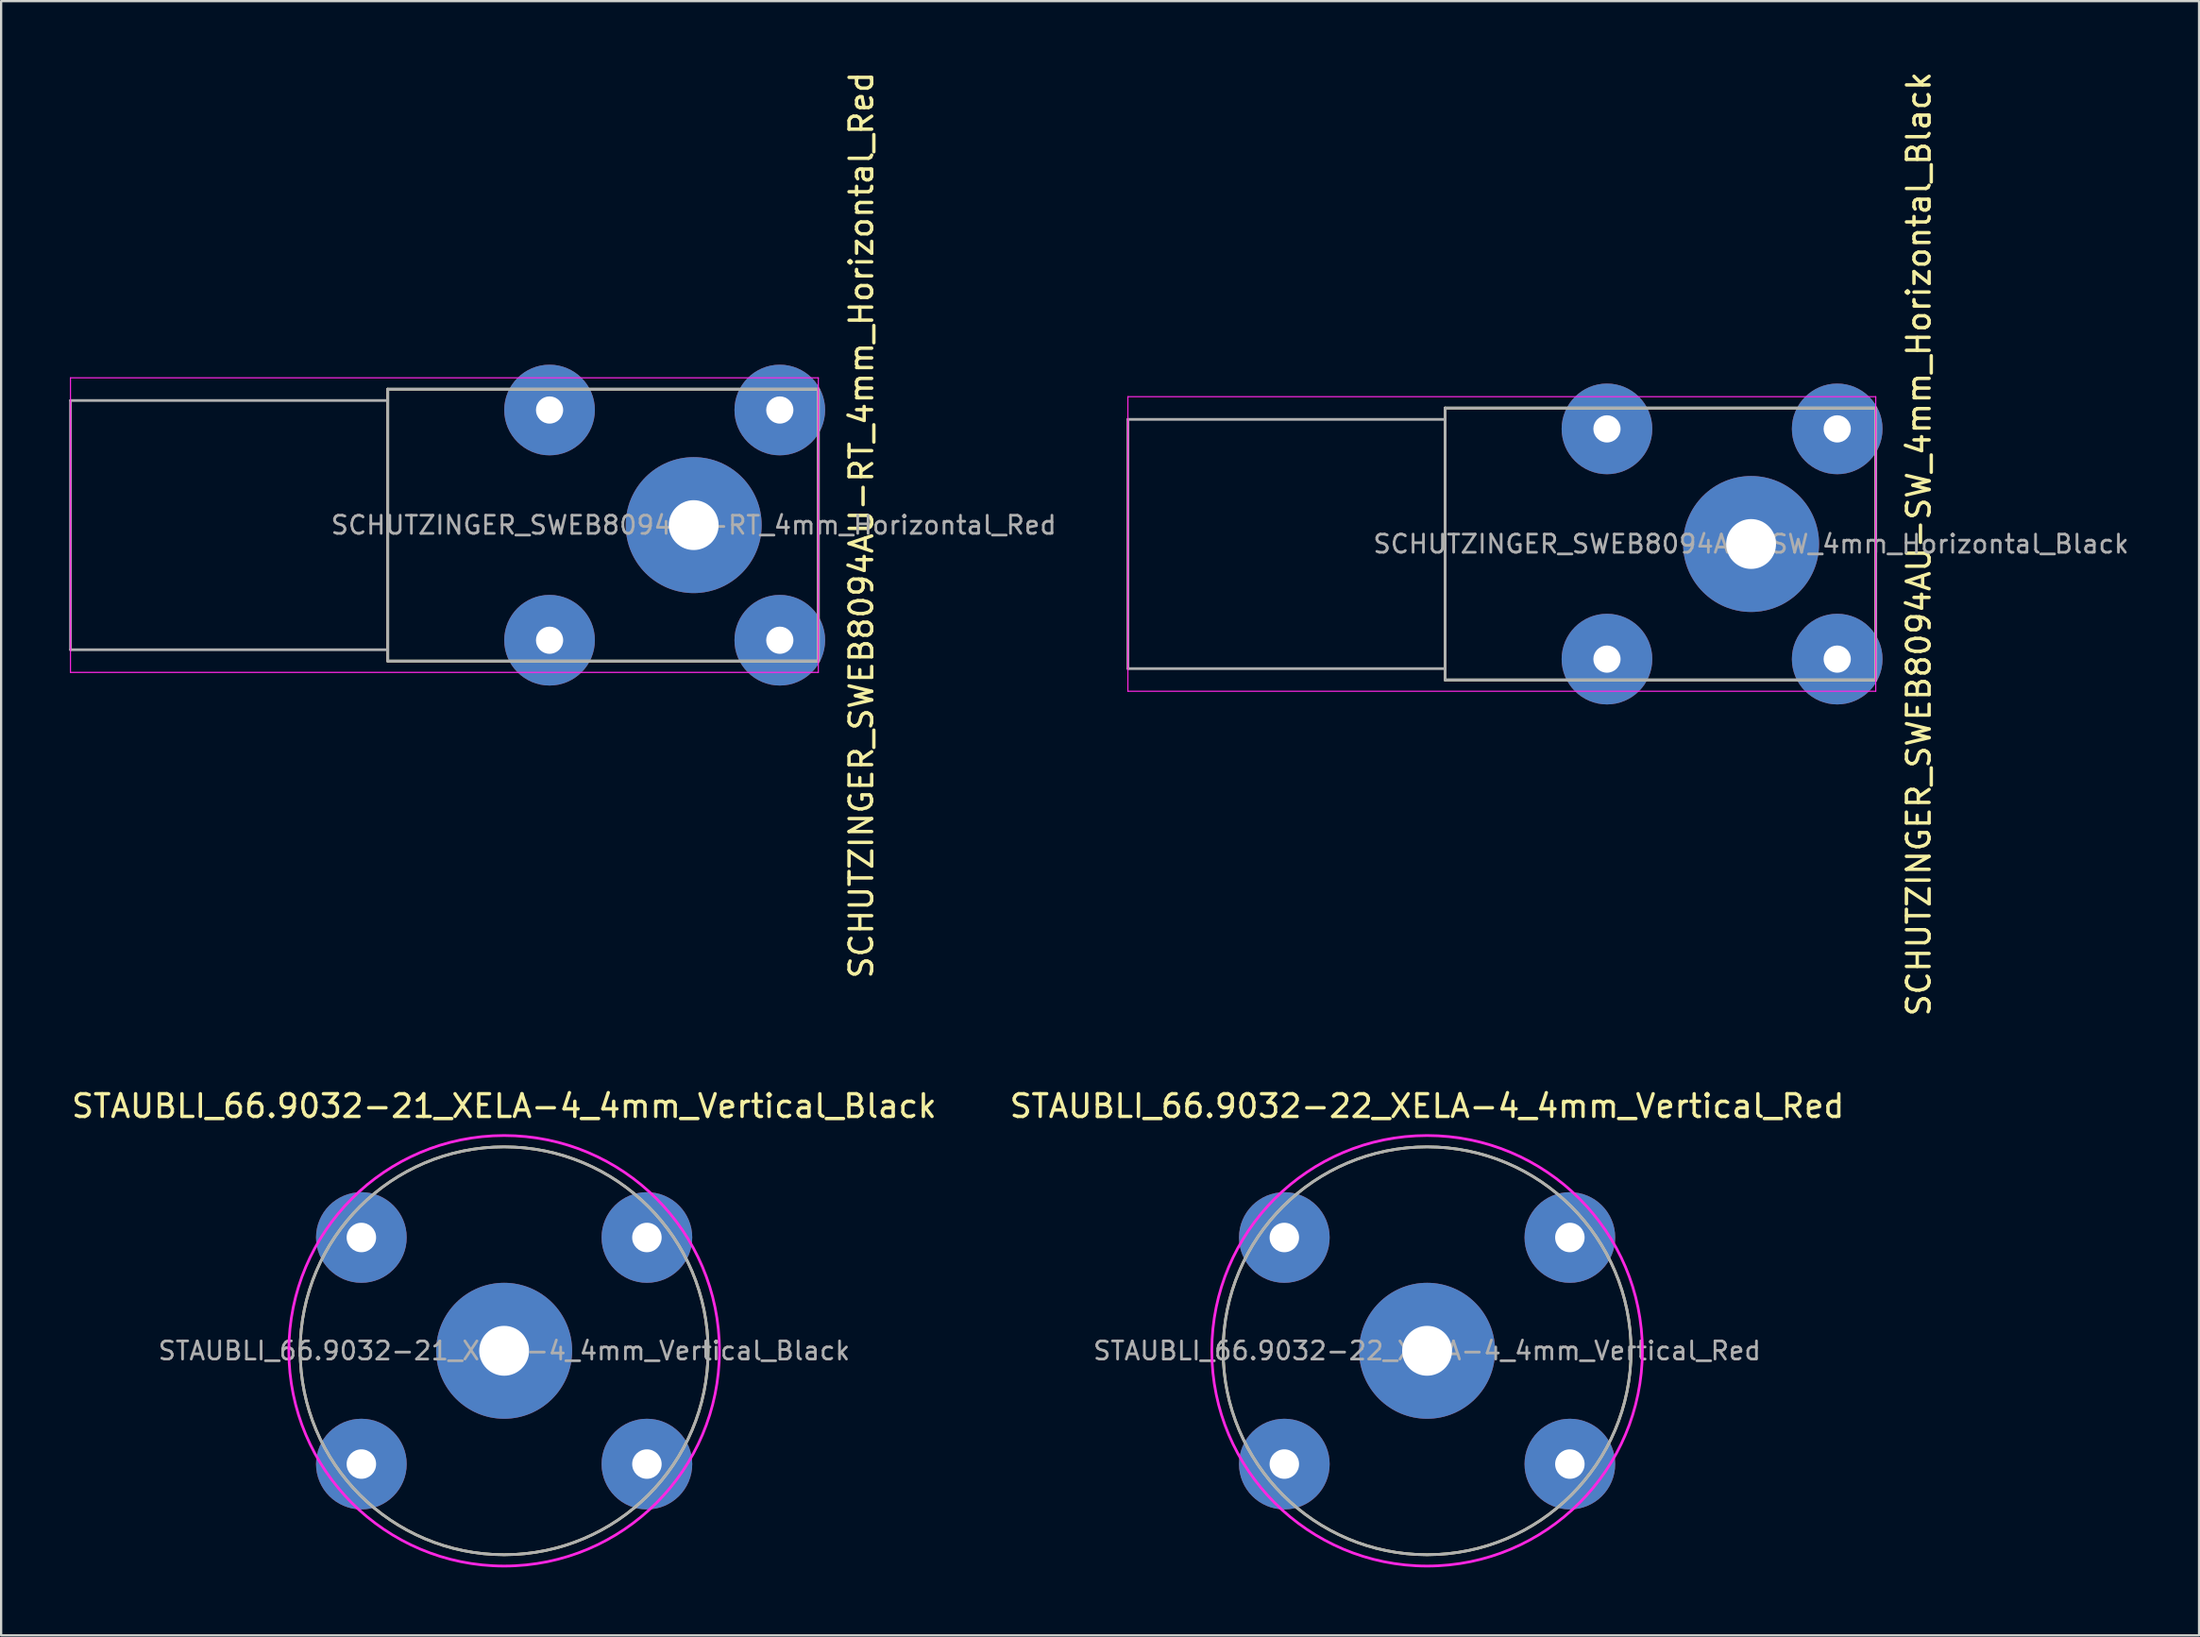
<source format=kicad_pcb>
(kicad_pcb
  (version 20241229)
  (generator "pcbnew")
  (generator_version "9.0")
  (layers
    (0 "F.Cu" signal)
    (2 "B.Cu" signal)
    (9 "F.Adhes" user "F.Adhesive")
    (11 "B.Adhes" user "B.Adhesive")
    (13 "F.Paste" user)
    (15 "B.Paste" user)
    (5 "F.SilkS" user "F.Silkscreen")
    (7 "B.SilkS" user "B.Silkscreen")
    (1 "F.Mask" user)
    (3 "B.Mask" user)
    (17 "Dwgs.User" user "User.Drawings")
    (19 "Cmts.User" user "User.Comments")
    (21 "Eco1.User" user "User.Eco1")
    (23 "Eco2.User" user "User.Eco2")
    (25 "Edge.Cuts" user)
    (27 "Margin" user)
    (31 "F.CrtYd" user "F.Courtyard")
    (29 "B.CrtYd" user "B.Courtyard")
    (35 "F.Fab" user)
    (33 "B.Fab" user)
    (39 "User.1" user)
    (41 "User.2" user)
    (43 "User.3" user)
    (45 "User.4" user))
  (footprint "STAUBLI_66.9032-22_XELA-4_4mm_Vertical_Red"
    (layer "F.Cu")
    (at 59.923 56.565)
    (property "Reference" "STAUBLI_66.9032-22_XELA-4_4mm_Vertical_Red" (at 0 -10.8 180) (layer "F.SilkS") (effects (font (size 1 1) (thickness 0.15))))
    (attr through_hole)
    (fp_circle (center 0 0) (end 9 0) (stroke (width 0.12) (type solid)) (fill no) (layer "F.SilkS"))
    (fp_circle (center 0 0) (end 9.5 0) (stroke (width 0.12) (type solid)) (fill no) (layer "F.CrtYd"))
    (fp_circle (center 0 0) (end 9 0) (stroke (width 0.12) (type solid)) (fill no) (layer "F.Fab"))
    (fp_text user "${REFERENCE}" (at 0 0 0) (layer "F.Fab") (effects (font (size 0.8 0.8) (thickness 0.12))))
    (pad "1" thru_hole circle (at 0 0) (size 6 6) (drill 2.2) (layers "*.Cu" "*.Mask"))
    (pad "2" thru_hole circle (at -6.3 -5) (size 4 4) (drill 1.3) (layers "*.Cu" "*.Mask"))
    (pad "2" thru_hole circle (at -6.3 5) (size 4 4) (drill 1.3) (layers "*.Cu" "*.Mask"))
    (pad "2" thru_hole circle (at 6.3 -5) (size 4 4) (drill 1.3) (layers "*.Cu" "*.Mask"))
    (pad "2" thru_hole circle (at 6.3 5) (size 4 4) (drill 1.3) (layers "*.Cu" "*.Mask")))
  (footprint "SCHUTZINGER_SWEB8094AU-RT_4mm_Horizontal_Red"
    (layer "F.Cu")
    (at 27.56 20.125)
    (property "Reference" "SCHUTZINGER_SWEB8094AU-RT_4mm_Horizontal_Red" (at 7.4 0 90) (layer "F.SilkS") (effects (font (size 1 1) (thickness 0.15))))
    (attr through_hole)
    (fp_line (start -13.5 -6) (end 5.5 -6) (stroke (width 0.12) (type solid)) (layer "F.SilkS"))
    (fp_line (start -13.5 6) (end -13.5 -6) (stroke (width 0.12) (type solid)) (layer "F.SilkS"))
    (fp_line (start -13.5 6) (end 5.5 6) (stroke (width 0.12) (type solid)) (layer "F.SilkS"))
    (fp_line (start 5.5 6) (end 5.5 -6) (stroke (width 0.12) (type solid)) (layer "F.SilkS"))
    (fp_line (start -27.5 -6.5) (end 5.5 -6.5) (stroke (width 0.05) (type solid)) (layer "F.CrtYd"))
    (fp_line (start -27.5 6.5) (end -27.5 -6.5) (stroke (width 0.05) (type solid)) (layer "F.CrtYd"))
    (fp_line (start -27.5 6.5) (end 5.5 6.5) (stroke (width 0.05) (type solid)) (layer "F.CrtYd"))
    (fp_line (start 5.5 6.5) (end 5.5 -6.5) (stroke (width 0.05) (type solid)) (layer "F.CrtYd"))
    (fp_line (start -27.5 -5.5) (end -13.5 -5.5) (stroke (width 0.12) (type solid)) (layer "F.Fab"))
    (fp_line (start -27.5 5.5) (end -27.5 -5.5) (stroke (width 0.12) (type solid)) (layer "F.Fab"))
    (fp_line (start -27.5 5.5) (end -13.5 5.5) (stroke (width 0.12) (type solid)) (layer "F.Fab"))
    (fp_line (start -13.5 -6) (end 5.5 -6) (stroke (width 0.12) (type solid)) (layer "F.Fab"))
    (fp_line (start -13.5 6) (end -13.5 -6) (stroke (width 0.12) (type solid)) (layer "F.Fab"))
    (fp_line (start -13.5 6) (end 5.5 6) (stroke (width 0.12) (type solid)) (layer "F.Fab"))
    (fp_line (start 5.5 6) (end 5.5 -6) (stroke (width 0.12) (type solid)) (layer "F.Fab"))
    (fp_text user "${REFERENCE}" (at 0 0 0) (layer "F.Fab") (effects (font (size 0.8 0.8) (thickness 0.12))))
    (pad "1" thru_hole circle (at 0 0) (size 6 6) (drill 2.2) (layers "*.Cu" "*.Mask"))
    (pad "2" thru_hole circle (at -6.36 -5.08) (size 4 4) (drill 1.2) (layers "*.Cu" "*.Mask"))
    (pad "2" thru_hole circle (at -6.36 5.08) (size 4 4) (drill 1.2) (layers "*.Cu" "*.Mask"))
    (pad "2" thru_hole circle (at 3.8 -5.08) (size 4 4) (drill 1.2) (layers "*.Cu" "*.Mask"))
    (pad "2" thru_hole circle (at 3.8 5.08) (size 4 4) (drill 1.2) (layers "*.Cu" "*.Mask")))
  (footprint "SCHUTZINGER_SWEB8094AU-SW_4mm_Horizontal_Black"
    (layer "F.Cu")
    (at 74.22 20.958)
    (property "Reference" "SCHUTZINGER_SWEB8094AU-SW_4mm_Horizontal_Black" (at 7.4 0 90) (layer "F.SilkS") (effects (font (size 1 1) (thickness 0.15))))
    (attr through_hole)
    (fp_line (start -13.5 -6) (end 5.5 -6) (stroke (width 0.12) (type solid)) (layer "F.SilkS"))
    (fp_line (start -13.5 6) (end -13.5 -6) (stroke (width 0.12) (type solid)) (layer "F.SilkS"))
    (fp_line (start -13.5 6) (end 5.5 6) (stroke (width 0.12) (type solid)) (layer "F.SilkS"))
    (fp_line (start 5.5 6) (end 5.5 -6) (stroke (width 0.12) (type solid)) (layer "F.SilkS"))
    (fp_line (start -27.5 -6.5) (end 5.5 -6.5) (stroke (width 0.05) (type solid)) (layer "F.CrtYd"))
    (fp_line (start -27.5 6.5) (end -27.5 -6.5) (stroke (width 0.05) (type solid)) (layer "F.CrtYd"))
    (fp_line (start -27.5 6.5) (end 5.5 6.5) (stroke (width 0.05) (type solid)) (layer "F.CrtYd"))
    (fp_line (start 5.5 6.5) (end 5.5 -6.5) (stroke (width 0.05) (type solid)) (layer "F.CrtYd"))
    (fp_line (start -27.5 -5.5) (end -13.5 -5.5) (stroke (width 0.12) (type solid)) (layer "F.Fab"))
    (fp_line (start -27.5 5.5) (end -27.5 -5.5) (stroke (width 0.12) (type solid)) (layer "F.Fab"))
    (fp_line (start -27.5 5.5) (end -13.5 5.5) (stroke (width 0.12) (type solid)) (layer "F.Fab"))
    (fp_line (start -13.5 -6) (end 5.5 -6) (stroke (width 0.12) (type solid)) (layer "F.Fab"))
    (fp_line (start -13.5 6) (end -13.5 -6) (stroke (width 0.12) (type solid)) (layer "F.Fab"))
    (fp_line (start -13.5 6) (end 5.5 6) (stroke (width 0.12) (type solid)) (layer "F.Fab"))
    (fp_line (start 5.5 6) (end 5.5 -6) (stroke (width 0.12) (type solid)) (layer "F.Fab"))
    (fp_text user "${REFERENCE}" (at 0 0 0) (layer "F.Fab") (effects (font (size 0.8 0.8) (thickness 0.12))))
    (pad "1" thru_hole circle (at 0 0) (size 6 6) (drill 2.2) (layers "*.Cu" "*.Mask"))
    (pad "2" thru_hole circle (at -6.36 -5.08) (size 4 4) (drill 1.2) (layers "*.Cu" "*.Mask"))
    (pad "2" thru_hole circle (at -6.36 5.08) (size 4 4) (drill 1.2) (layers "*.Cu" "*.Mask"))
    (pad "2" thru_hole circle (at 3.8 -5.08) (size 4 4) (drill 1.2) (layers "*.Cu" "*.Mask"))
    (pad "2" thru_hole circle (at 3.8 5.08) (size 4 4) (drill 1.2) (layers "*.Cu" "*.Mask")))
  (footprint "STAUBLI_66.9032-21_XELA-4_4mm_Vertical_Black"
    (layer "F.Cu")
    (at 19.196 56.565)
    (property "Reference" "STAUBLI_66.9032-21_XELA-4_4mm_Vertical_Black" (at 0 -10.8 180) (layer "F.SilkS") (effects (font (size 1 1) (thickness 0.15))))
    (attr through_hole)
    (fp_circle (center 0 0) (end 9 0) (stroke (width 0.12) (type solid)) (fill no) (layer "F.SilkS"))
    (fp_circle (center 0 0) (end 9.5 0) (stroke (width 0.12) (type solid)) (fill no) (layer "F.CrtYd"))
    (fp_circle (center 0 0) (end 9 0) (stroke (width 0.12) (type solid)) (fill no) (layer "F.Fab"))
    (fp_text user "${REFERENCE}" (at 0 0 0) (layer "F.Fab") (effects (font (size 0.8 0.8) (thickness 0.12))))
    (pad "1" thru_hole circle (at 0 0) (size 6 6) (drill 2.2) (layers "*.Cu" "*.Mask"))
    (pad "2" thru_hole circle (at -6.3 -5) (size 4 4) (drill 1.3) (layers "*.Cu" "*.Mask"))
    (pad "2" thru_hole circle (at -6.3 5) (size 4 4) (drill 1.3) (layers "*.Cu" "*.Mask"))
    (pad "2" thru_hole circle (at 6.3 -5) (size 4 4) (drill 1.3) (layers "*.Cu" "*.Mask"))
    (pad "2" thru_hole circle (at 6.3 5) (size 4 4) (drill 1.3) (layers "*.Cu" "*.Mask")))
  (gr_rect
    (start -3 -3)
    (end 93.987 69.125)
    (stroke (width 0.1) (type default))
    (fill no)
    (layer "Edge.Cuts")))
</source>
